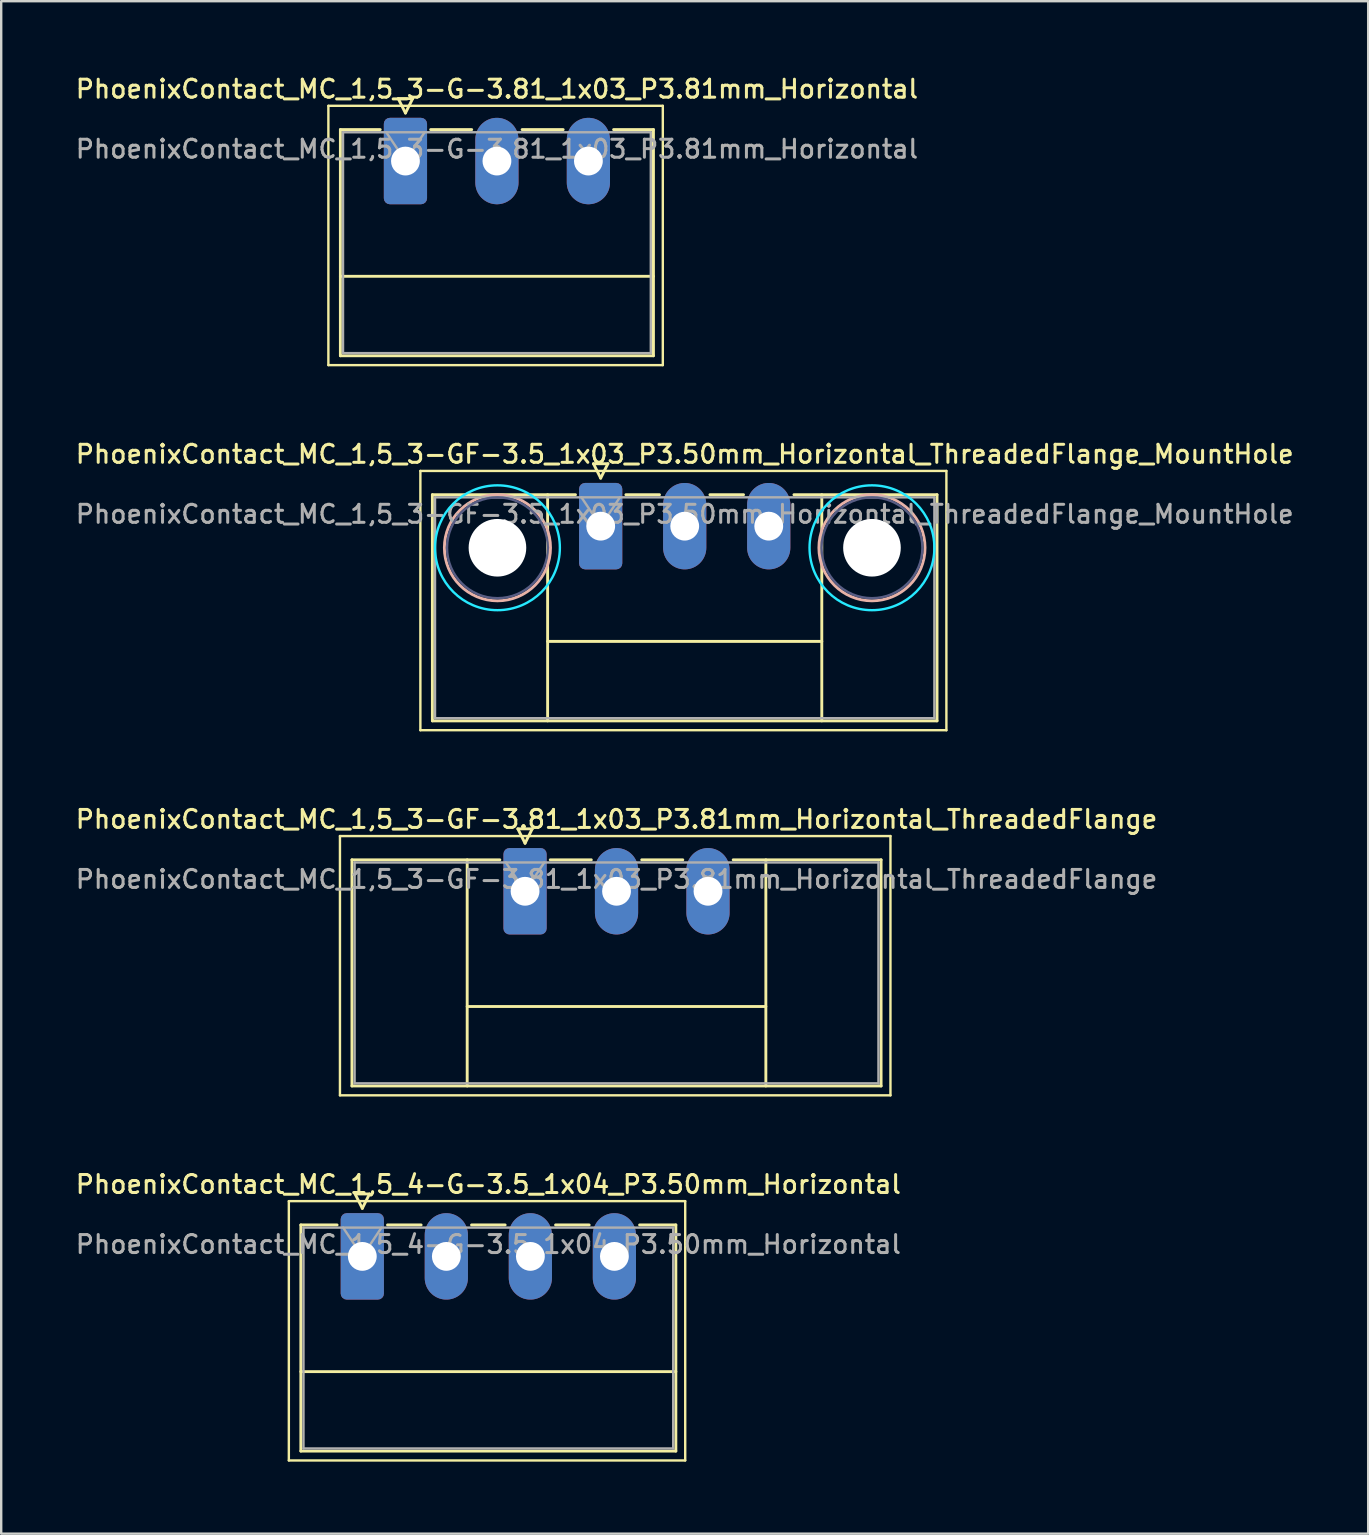
<source format=kicad_pcb>
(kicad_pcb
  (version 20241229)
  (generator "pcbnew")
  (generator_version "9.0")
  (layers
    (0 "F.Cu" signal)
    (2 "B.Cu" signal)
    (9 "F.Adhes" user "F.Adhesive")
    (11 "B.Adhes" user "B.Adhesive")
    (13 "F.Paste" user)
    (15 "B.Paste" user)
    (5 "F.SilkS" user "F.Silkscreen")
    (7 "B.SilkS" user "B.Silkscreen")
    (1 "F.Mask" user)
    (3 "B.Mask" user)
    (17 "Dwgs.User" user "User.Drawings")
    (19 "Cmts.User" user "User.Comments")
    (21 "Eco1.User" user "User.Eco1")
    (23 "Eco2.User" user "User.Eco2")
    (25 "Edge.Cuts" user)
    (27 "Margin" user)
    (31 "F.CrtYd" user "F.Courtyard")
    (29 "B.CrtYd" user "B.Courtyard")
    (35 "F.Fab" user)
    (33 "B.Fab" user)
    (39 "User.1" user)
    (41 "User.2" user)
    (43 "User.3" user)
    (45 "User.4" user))
  (footprint "PhoenixContact_MC_1,5_3-GF-3.5_1x03_P3.50mm_Horizontal_ThreadedFlange_MountHole"
    (layer "F.Cu")
    (at 21.97 18.866)
    (property "Reference" "PhoenixContact_MC_1,5_3-GF-3.5_1x03_P3.50mm_Horizontal_ThreadedFlange_MountHole" (at 3.5 -3 0) (layer "F.SilkS") (effects (font (size 0.75 0.75) (thickness 0.125))))
    (attr through_hole)
    (fp_line (start -7.51 -2.3) (end -7.51 8.5) (stroke (width 0.1) (type solid)) (layer "F.SilkS"))
    (fp_line (start -7.51 8.5) (end 14.4 8.5) (stroke (width 0.1) (type solid)) (layer "F.SilkS"))
    (fp_line (start -7.01 -1.31) (end -7.01 8.11) (stroke (width 0.12) (type solid)) (layer "F.SilkS"))
    (fp_line (start -7.01 -1.31) (end -1.05 -1.31) (stroke (width 0.12) (type solid)) (layer "F.SilkS"))
    (fp_line (start -7.01 8.11) (end 14.01 8.11) (stroke (width 0.12) (type solid)) (layer "F.SilkS"))
    (fp_line (start -2.21 -1.31) (end -2.21 8.11) (stroke (width 0.12) (type solid)) (layer "F.SilkS"))
    (fp_line (start -2.21 4.8) (end 9.21 4.8) (stroke (width 0.12) (type solid)) (layer "F.SilkS"))
    (fp_line (start -0.3 -2.6) (end 0.3 -2.6) (stroke (width 0.12) (type solid)) (layer "F.SilkS"))
    (fp_line (start 0 -2) (end -0.3 -2.6) (stroke (width 0.12) (type solid)) (layer "F.SilkS"))
    (fp_line (start 0.3 -2.6) (end 0 -2) (stroke (width 0.12) (type solid)) (layer "F.SilkS"))
    (fp_line (start 1.05 -1.31) (end 2.45 -1.31) (stroke (width 0.12) (type solid)) (layer "F.SilkS"))
    (fp_line (start 4.55 -1.31) (end 5.95 -1.31) (stroke (width 0.12) (type solid)) (layer "F.SilkS"))
    (fp_line (start 9.21 -1.31) (end 9.21 8.11) (stroke (width 0.12) (type solid)) (layer "F.SilkS"))
    (fp_line (start 14.01 -1.31) (end 8.05 -1.31) (stroke (width 0.12) (type solid)) (layer "F.SilkS"))
    (fp_line (start 14.01 8.11) (end 14.01 -1.31) (stroke (width 0.12) (type solid)) (layer "F.SilkS"))
    (fp_line (start 14.4 -2.3) (end -7.51 -2.3) (stroke (width 0.1) (type solid)) (layer "F.SilkS"))
    (fp_line (start 14.4 8.5) (end 14.4 -2.3) (stroke (width 0.1) (type solid)) (layer "F.SilkS"))
    (fp_circle (center -4.3 0.9) (end -2.09 0.9) (stroke (width 0.12) (type solid)) (fill no) (layer "B.SilkS"))
    (fp_circle (center 11.3 0.9) (end 13.51 0.9) (stroke (width 0.12) (type solid)) (fill no) (layer "B.SilkS"))
    (fp_circle (center -4.3 0.9) (end -1.7 0.9) (stroke (width 0.1) (type solid)) (fill no) (layer "B.CrtYd"))
    (fp_circle (center 11.3 0.9) (end 13.9 0.9) (stroke (width 0.1) (type solid)) (fill no) (layer "B.CrtYd"))
    (fp_circle (center -4.3 0.9) (end -2.2 0.9) (stroke (width 0.1) (type solid)) (fill no) (layer "B.Fab"))
    (fp_circle (center 11.3 0.9) (end 13.4 0.9) (stroke (width 0.1) (type solid)) (fill no) (layer "B.Fab"))
    (fp_line (start -6.9 -1.2) (end -6.9 8) (stroke (width 0.1) (type solid)) (layer "F.Fab"))
    (fp_line (start -6.9 8) (end 13.9 8) (stroke (width 0.1) (type solid)) (layer "F.Fab"))
    (fp_line (start 0 0) (end -0.8 -1.2) (stroke (width 0.1) (type solid)) (layer "F.Fab"))
    (fp_line (start 0.8 -1.2) (end 0 0) (stroke (width 0.1) (type solid)) (layer "F.Fab"))
    (fp_line (start 13.9 -1.2) (end -6.9 -1.2) (stroke (width 0.1) (type solid)) (layer "F.Fab"))
    (fp_line (start 13.9 8) (end 13.9 -1.2) (stroke (width 0.1) (type solid)) (layer "F.Fab"))
    (fp_text user "${REFERENCE}" (at 3.5 -0.5 0) (layer "F.Fab") (effects (font (size 0.75 0.75) (thickness 0.125))))
    (pad "" np_thru_hole circle (at -4.3 0.9) (size 2.4 2.4) (drill 2.4) (layers "*.Cu" "*.Mask"))
    (pad "" np_thru_hole circle (at 11.3 0.9) (size 2.4 2.4) (drill 2.4) (layers "*.Cu" "*.Mask"))
    (pad "1" thru_hole roundrect (at 0 0) (size 1.8 3.6) (drill 1.2) (layers "*.Cu" "*.Mask") (roundrect_rratio 0.139))
    (pad "2" thru_hole oval (at 3.5 0) (size 1.8 3.6) (drill 1.2) (layers "*.Cu" "*.Mask"))
    (pad "3" thru_hole oval (at 7 0) (size 1.8 3.6) (drill 1.2) (layers "*.Cu" "*.Mask")))
  (footprint "PhoenixContact_MC_1,5_4-G-3.5_1x04_P3.50mm_Horizontal"
    (layer "F.Cu")
    (at 12.041 49.282)
    (property "Reference" "PhoenixContact_MC_1,5_4-G-3.5_1x04_P3.50mm_Horizontal" (at 5.25 -3 0) (layer "F.SilkS") (effects (font (size 0.75 0.75) (thickness 0.125))))
    (attr through_hole)
    (fp_line (start -3.06 -2.3) (end -3.06 8.5) (stroke (width 0.1) (type solid)) (layer "F.SilkS"))
    (fp_line (start -3.06 8.5) (end 13.45 8.5) (stroke (width 0.1) (type solid)) (layer "F.SilkS"))
    (fp_line (start -2.56 -1.31) (end -2.56 8.11) (stroke (width 0.12) (type solid)) (layer "F.SilkS"))
    (fp_line (start -2.56 -1.31) (end -1.05 -1.31) (stroke (width 0.12) (type solid)) (layer "F.SilkS"))
    (fp_line (start -2.56 4.8) (end 13.06 4.8) (stroke (width 0.12) (type solid)) (layer "F.SilkS"))
    (fp_line (start -2.56 8.11) (end 13.06 8.11) (stroke (width 0.12) (type solid)) (layer "F.SilkS"))
    (fp_line (start -0.3 -2.6) (end 0.3 -2.6) (stroke (width 0.12) (type solid)) (layer "F.SilkS"))
    (fp_line (start 0 -2) (end -0.3 -2.6) (stroke (width 0.12) (type solid)) (layer "F.SilkS"))
    (fp_line (start 0.3 -2.6) (end 0 -2) (stroke (width 0.12) (type solid)) (layer "F.SilkS"))
    (fp_line (start 1.05 -1.31) (end 2.45 -1.31) (stroke (width 0.12) (type solid)) (layer "F.SilkS"))
    (fp_line (start 4.55 -1.31) (end 5.95 -1.31) (stroke (width 0.12) (type solid)) (layer "F.SilkS"))
    (fp_line (start 8.05 -1.31) (end 9.45 -1.31) (stroke (width 0.12) (type solid)) (layer "F.SilkS"))
    (fp_line (start 13.06 -1.31) (end 11.55 -1.31) (stroke (width 0.12) (type solid)) (layer "F.SilkS"))
    (fp_line (start 13.06 8.11) (end 13.06 -1.31) (stroke (width 0.12) (type solid)) (layer "F.SilkS"))
    (fp_line (start 13.45 -2.3) (end -3.06 -2.3) (stroke (width 0.1) (type solid)) (layer "F.SilkS"))
    (fp_line (start 13.45 8.5) (end 13.45 -2.3) (stroke (width 0.1) (type solid)) (layer "F.SilkS"))
    (fp_line (start -2.45 -1.2) (end -2.45 8) (stroke (width 0.1) (type solid)) (layer "F.Fab"))
    (fp_line (start -2.45 8) (end 12.95 8) (stroke (width 0.1) (type solid)) (layer "F.Fab"))
    (fp_line (start 0 0) (end -0.8 -1.2) (stroke (width 0.1) (type solid)) (layer "F.Fab"))
    (fp_line (start 0.8 -1.2) (end 0 0) (stroke (width 0.1) (type solid)) (layer "F.Fab"))
    (fp_line (start 12.95 -1.2) (end -2.45 -1.2) (stroke (width 0.1) (type solid)) (layer "F.Fab"))
    (fp_line (start 12.95 8) (end 12.95 -1.2) (stroke (width 0.1) (type solid)) (layer "F.Fab"))
    (fp_text user "${REFERENCE}" (at 5.25 -0.5 0) (layer "F.Fab") (effects (font (size 0.75 0.75) (thickness 0.125))))
    (pad "1" thru_hole roundrect (at 0 0) (size 1.8 3.6) (drill 1.2) (layers "*.Cu" "*.Mask") (roundrect_rratio 0.139))
    (pad "2" thru_hole oval (at 3.5 0) (size 1.8 3.6) (drill 1.2) (layers "*.Cu" "*.Mask"))
    (pad "3" thru_hole oval (at 7 0) (size 1.8 3.6) (drill 1.2) (layers "*.Cu" "*.Mask"))
    (pad "4" thru_hole oval (at 10.5 0) (size 1.8 3.6) (drill 1.2) (layers "*.Cu" "*.Mask")))
  (footprint "PhoenixContact_MC_1,5_3-G-3.81_1x03_P3.81mm_Horizontal"
    (layer "F.Cu")
    (at 13.838 3.658)
    (property "Reference" "PhoenixContact_MC_1,5_3-G-3.81_1x03_P3.81mm_Horizontal" (at 3.81 -3 0) (layer "F.SilkS") (effects (font (size 0.75 0.75) (thickness 0.125))))
    (attr through_hole)
    (fp_line (start -3.21 -2.3) (end -3.21 8.5) (stroke (width 0.1) (type solid)) (layer "F.SilkS"))
    (fp_line (start -3.21 8.5) (end 10.72 8.5) (stroke (width 0.1) (type solid)) (layer "F.SilkS"))
    (fp_line (start -2.71 -1.31) (end -2.71 8.11) (stroke (width 0.12) (type solid)) (layer "F.SilkS"))
    (fp_line (start -2.71 -1.31) (end -1.05 -1.31) (stroke (width 0.12) (type solid)) (layer "F.SilkS"))
    (fp_line (start -2.71 4.8) (end 10.33 4.8) (stroke (width 0.12) (type solid)) (layer "F.SilkS"))
    (fp_line (start -2.71 8.11) (end 10.33 8.11) (stroke (width 0.12) (type solid)) (layer "F.SilkS"))
    (fp_line (start -0.3 -2.6) (end 0.3 -2.6) (stroke (width 0.12) (type solid)) (layer "F.SilkS"))
    (fp_line (start 0 -2) (end -0.3 -2.6) (stroke (width 0.12) (type solid)) (layer "F.SilkS"))
    (fp_line (start 0.3 -2.6) (end 0 -2) (stroke (width 0.12) (type solid)) (layer "F.SilkS"))
    (fp_line (start 1.05 -1.31) (end 2.76 -1.31) (stroke (width 0.12) (type solid)) (layer "F.SilkS"))
    (fp_line (start 4.86 -1.31) (end 6.57 -1.31) (stroke (width 0.12) (type solid)) (layer "F.SilkS"))
    (fp_line (start 10.33 -1.31) (end 8.67 -1.31) (stroke (width 0.12) (type solid)) (layer "F.SilkS"))
    (fp_line (start 10.33 8.11) (end 10.33 -1.31) (stroke (width 0.12) (type solid)) (layer "F.SilkS"))
    (fp_line (start 10.72 -2.3) (end -3.21 -2.3) (stroke (width 0.1) (type solid)) (layer "F.SilkS"))
    (fp_line (start 10.72 8.5) (end 10.72 -2.3) (stroke (width 0.1) (type solid)) (layer "F.SilkS"))
    (fp_line (start -2.6 -1.2) (end -2.6 8) (stroke (width 0.1) (type solid)) (layer "F.Fab"))
    (fp_line (start -2.6 8) (end 10.22 8) (stroke (width 0.1) (type solid)) (layer "F.Fab"))
    (fp_line (start 0 0) (end -0.8 -1.2) (stroke (width 0.1) (type solid)) (layer "F.Fab"))
    (fp_line (start 0.8 -1.2) (end 0 0) (stroke (width 0.1) (type solid)) (layer "F.Fab"))
    (fp_line (start 10.22 -1.2) (end -2.6 -1.2) (stroke (width 0.1) (type solid)) (layer "F.Fab"))
    (fp_line (start 10.22 8) (end 10.22 -1.2) (stroke (width 0.1) (type solid)) (layer "F.Fab"))
    (fp_text user "${REFERENCE}" (at 3.81 -0.5 0) (layer "F.Fab") (effects (font (size 0.75 0.75) (thickness 0.125))))
    (pad "1" thru_hole roundrect (at 0 0) (size 1.8 3.6) (drill 1.2) (layers "*.Cu" "*.Mask") (roundrect_rratio 0.139))
    (pad "2" thru_hole oval (at 3.81 0) (size 1.8 3.6) (drill 1.2) (layers "*.Cu" "*.Mask"))
    (pad "3" thru_hole oval (at 7.62 0) (size 1.8 3.6) (drill 1.2) (layers "*.Cu" "*.Mask")))
  (footprint "PhoenixContact_MC_1,5_3-GF-3.81_1x03_P3.81mm_Horizontal_ThreadedFlange"
    (layer "F.Cu")
    (at 18.82 34.074)
    (property "Reference" "PhoenixContact_MC_1,5_3-GF-3.81_1x03_P3.81mm_Horizontal_ThreadedFlange" (at 3.81 -3 0) (layer "F.SilkS") (effects (font (size 0.75 0.75) (thickness 0.125))))
    (attr through_hole)
    (fp_line (start -7.71 -2.3) (end -7.71 8.5) (stroke (width 0.1) (type solid)) (layer "F.SilkS"))
    (fp_line (start -7.71 8.5) (end 15.22 8.5) (stroke (width 0.1) (type solid)) (layer "F.SilkS"))
    (fp_line (start -7.21 -1.31) (end -7.21 8.11) (stroke (width 0.12) (type solid)) (layer "F.SilkS"))
    (fp_line (start -7.21 -1.31) (end -1.05 -1.31) (stroke (width 0.12) (type solid)) (layer "F.SilkS"))
    (fp_line (start -7.21 8.11) (end 14.83 8.11) (stroke (width 0.12) (type solid)) (layer "F.SilkS"))
    (fp_line (start -2.41 -1.31) (end -2.41 8.11) (stroke (width 0.12) (type solid)) (layer "F.SilkS"))
    (fp_line (start -2.41 4.8) (end 10.03 4.8) (stroke (width 0.12) (type solid)) (layer "F.SilkS"))
    (fp_line (start -0.3 -2.6) (end 0.3 -2.6) (stroke (width 0.12) (type solid)) (layer "F.SilkS"))
    (fp_line (start 0 -2) (end -0.3 -2.6) (stroke (width 0.12) (type solid)) (layer "F.SilkS"))
    (fp_line (start 0.3 -2.6) (end 0 -2) (stroke (width 0.12) (type solid)) (layer "F.SilkS"))
    (fp_line (start 1.05 -1.31) (end 2.76 -1.31) (stroke (width 0.12) (type solid)) (layer "F.SilkS"))
    (fp_line (start 4.86 -1.31) (end 6.57 -1.31) (stroke (width 0.12) (type solid)) (layer "F.SilkS"))
    (fp_line (start 10.03 -1.31) (end 10.03 8.11) (stroke (width 0.12) (type solid)) (layer "F.SilkS"))
    (fp_line (start 14.83 -1.31) (end 8.67 -1.31) (stroke (width 0.12) (type solid)) (layer "F.SilkS"))
    (fp_line (start 14.83 8.11) (end 14.83 -1.31) (stroke (width 0.12) (type solid)) (layer "F.SilkS"))
    (fp_line (start 15.22 -2.3) (end -7.71 -2.3) (stroke (width 0.1) (type solid)) (layer "F.SilkS"))
    (fp_line (start 15.22 8.5) (end 15.22 -2.3) (stroke (width 0.1) (type solid)) (layer "F.SilkS"))
    (fp_line (start -7.1 -1.2) (end -7.1 8) (stroke (width 0.1) (type solid)) (layer "F.Fab"))
    (fp_line (start -7.1 8) (end 14.72 8) (stroke (width 0.1) (type solid)) (layer "F.Fab"))
    (fp_line (start 0 0) (end -0.8 -1.2) (stroke (width 0.1) (type solid)) (layer "F.Fab"))
    (fp_line (start 0.8 -1.2) (end 0 0) (stroke (width 0.1) (type solid)) (layer "F.Fab"))
    (fp_line (start 14.72 -1.2) (end -7.1 -1.2) (stroke (width 0.1) (type solid)) (layer "F.Fab"))
    (fp_line (start 14.72 8) (end 14.72 -1.2) (stroke (width 0.1) (type solid)) (layer "F.Fab"))
    (fp_text user "${REFERENCE}" (at 3.81 -0.5 0) (layer "F.Fab") (effects (font (size 0.75 0.75) (thickness 0.125))))
    (pad "1" thru_hole roundrect (at 0 0) (size 1.8 3.6) (drill 1.2) (layers "*.Cu" "*.Mask") (roundrect_rratio 0.139))
    (pad "2" thru_hole oval (at 3.81 0) (size 1.8 3.6) (drill 1.2) (layers "*.Cu" "*.Mask"))
    (pad "3" thru_hole oval (at 7.62 0) (size 1.8 3.6) (drill 1.2) (layers "*.Cu" "*.Mask")))
  (gr_rect
    (start -3 -3)
    (end 53.939 60.833)
    (stroke (width 0.1) (type default))
    (fill no)
    (layer "Edge.Cuts")))
</source>
